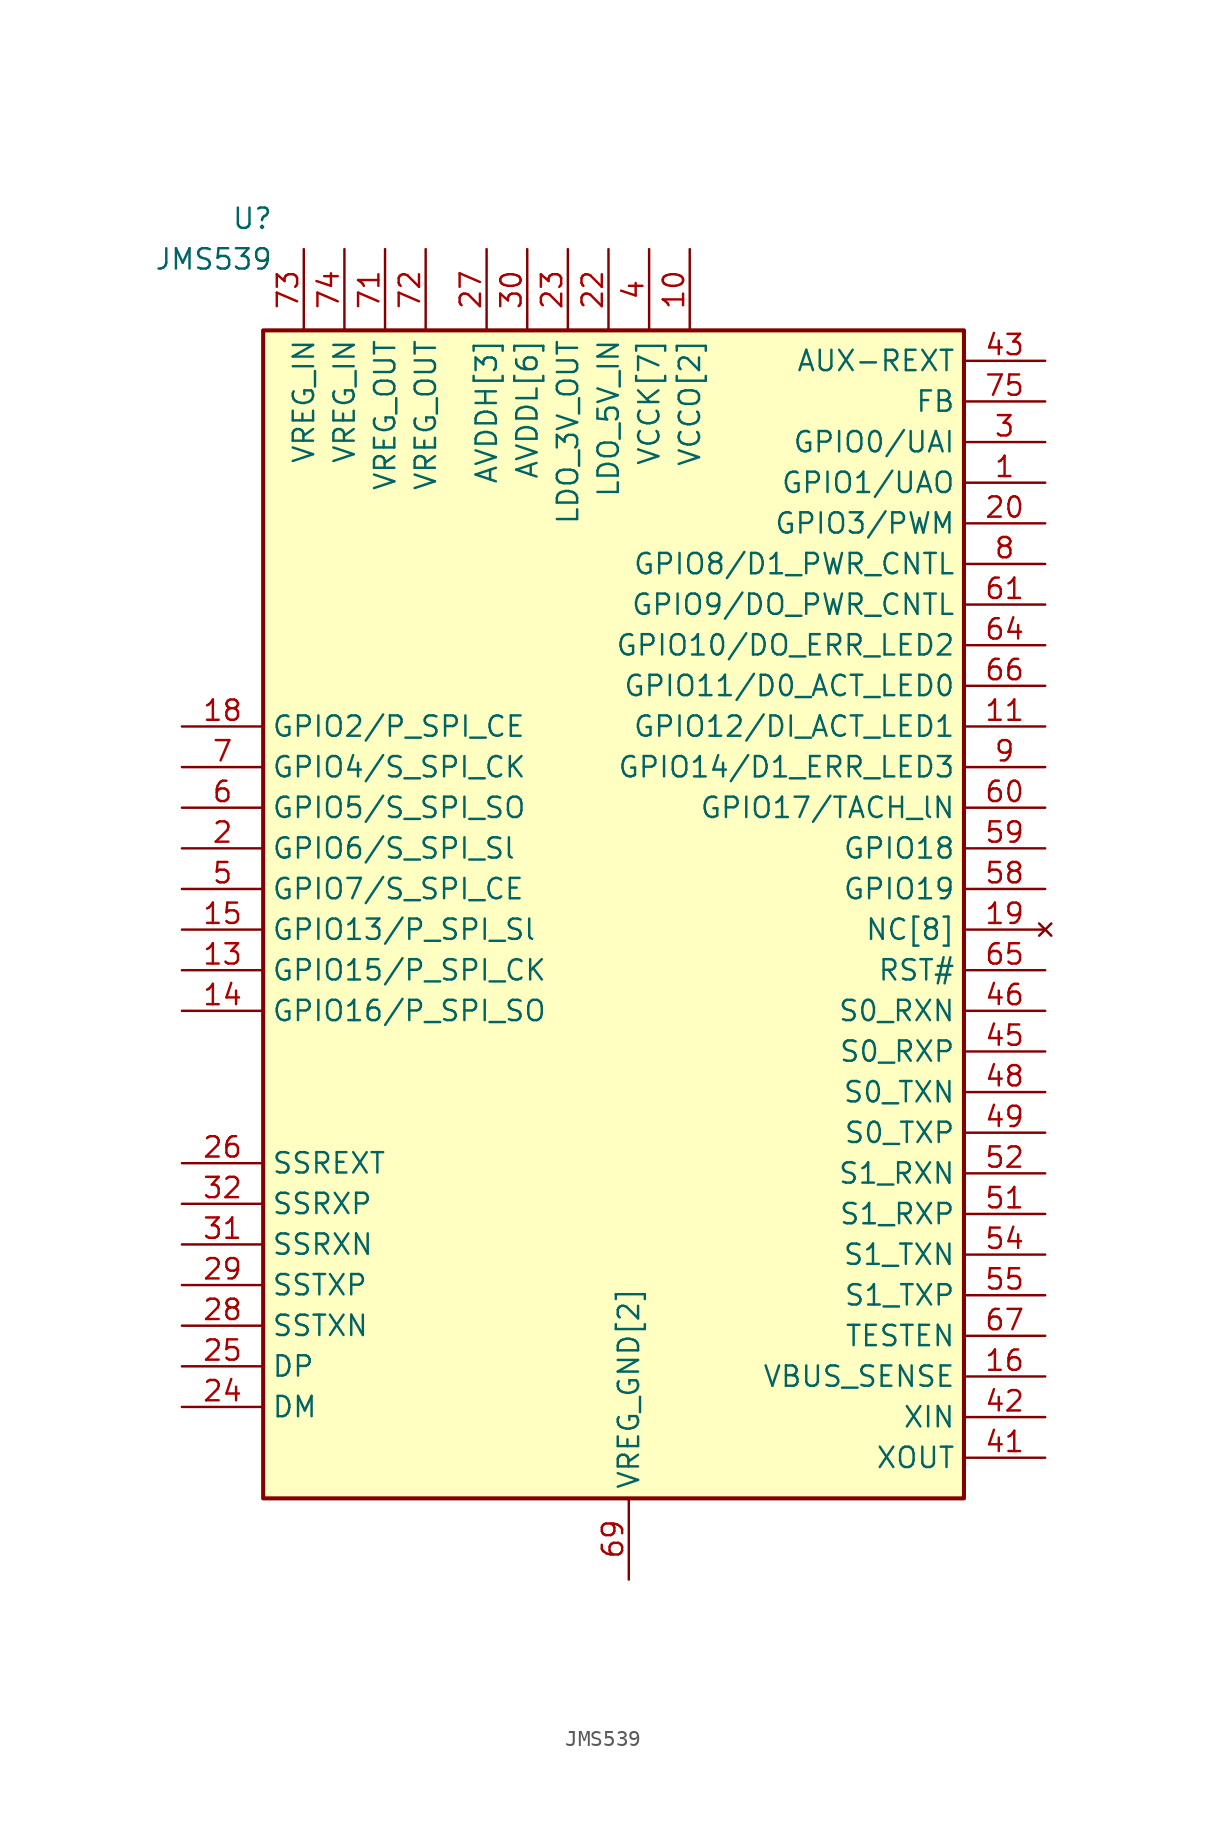
<source format=kicad_sym>
(kicad_symbol_lib
  (version 20211014)
  (generator kicad_symbol_editor)
  (symbol "﻿JMS539"
    (property "Reference" "U"
      (at 3.81 6.35 0)
      (effects (font (size 1.27 1.27)) (justify right)))
    (property "Value" "﻿JMS539"
      (at 3.81 3.81 0)
      (effects (font (size 1.27 1.27)) (justify right)))
    (property "ki_locked" ""
      (at 0 0 0)
      (effects (font (size 1.27 1.27))))
    (symbol "﻿JMS539_1_1"
      (rectangle (start 3.175 -0.635) (end 46.99 -73.66) (stroke (width 0.254) (type default) (color 0 0 0 0)) (fill (type background)))
      (pin bidirectional line (at 52.07 -10.16 180) (length 5.08) (name "GPIO1/UAO" (effects (font (size 1.27 1.27)))) (number "1" (effects (font (size 1.27 1.27)))))
      (pin power_in line (at 29.845 4.445 270) (length 5.08) (name "VCCO[2]" (effects (font (size 1.27 1.27)))) (number "10" (effects (font (size 1.27 1.27)))))
      (pin bidirectional line (at 52.07 -25.4 180) (length 5.08) (name "GPIO12/DI_ACT_LED1" (effects (font (size 1.27 1.27)))) (number "11" (effects (font (size 1.27 1.27)))))
      (pin passive line (at 27.305 4.445 270) (length 5.08) hide (name "VCCK[7]" (effects (font (size 1.27 1.27)))) (number "12" (effects (font (size 1.27 1.27)))))
      (pin bidirectional line (at -1.905 -40.64 0) (length 5.08) (name "GPIO15/P_SPI_CK" (effects (font (size 1.27 1.27)))) (number "13" (effects (font (size 1.27 1.27)))))
      (pin bidirectional line (at -1.905 -43.18 0) (length 5.08) (name "GPIO16/P_SPI_SO" (effects (font (size 1.27 1.27)))) (number "14" (effects (font (size 1.27 1.27)))))
      (pin bidirectional line (at -1.905 -38.1 0) (length 5.08) (name "GPIO13/P_SPI_Sl" (effects (font (size 1.27 1.27)))) (number "15" (effects (font (size 1.27 1.27)))))
      (pin bidirectional line (at 52.07 -66.04 180) (length 5.08) (name "VBUS_SENSE" (effects (font (size 1.27 1.27)))) (number "16" (effects (font (size 1.27 1.27)))))
      (pin passive line (at 27.305 4.445 270) (length 5.08) hide (name "VCCK[7]" (effects (font (size 1.27 1.27)))) (number "17" (effects (font (size 1.27 1.27)))))
      (pin bidirectional line (at -1.905 -25.4 0) (length 5.08) (name "GPIO2/P_SPI_CE" (effects (font (size 1.27 1.27)))) (number "18" (effects (font (size 1.27 1.27)))))
      (pin no_connect line (at 52.07 -38.1 180) (length 5.08) (name "NC[8]" (effects (font (size 1.27 1.27)))) (number "19" (effects (font (size 1.27 1.27)))))
      (pin bidirectional line (at -1.905 -33.02 0) (length 5.08) (name "GPIO6/S_SPI_Sl" (effects (font (size 1.27 1.27)))) (number "2" (effects (font (size 1.27 1.27)))))
      (pin bidirectional line (at 52.07 -12.7 180) (length 5.08) (name "GPIO3/PWM" (effects (font (size 1.27 1.27)))) (number "20" (effects (font (size 1.27 1.27)))))
      (pin passive line (at 27.305 4.445 270) (length 5.08) hide (name "VCCK[7]" (effects (font (size 1.27 1.27)))) (number "21" (effects (font (size 1.27 1.27)))))
      (pin power_in line (at 24.765 4.445 270) (length 5.08) (name "LDO_5V_IN" (effects (font (size 1.27 1.27)))) (number "22" (effects (font (size 1.27 1.27)))))
      (pin power_in line (at 22.225 4.445 270) (length 5.08) (name "LDO_3V_OUT" (effects (font (size 1.27 1.27)))) (number "23" (effects (font (size 1.27 1.27)))))
      (pin bidirectional line (at -1.905 -67.945 0) (length 5.08) (name "DM" (effects (font (size 1.27 1.27)))) (number "24" (effects (font (size 1.27 1.27)))))
      (pin bidirectional line (at -1.905 -65.405 0) (length 5.08) (name "DP" (effects (font (size 1.27 1.27)))) (number "25" (effects (font (size 1.27 1.27)))))
      (pin bidirectional line (at -1.905 -52.705 0) (length 5.08) (name "SSREXT" (effects (font (size 1.27 1.27)))) (number "26" (effects (font (size 1.27 1.27)))))
      (pin power_in line (at 17.145 4.445 270) (length 5.08) (name "AVDDH[3]" (effects (font (size 1.27 1.27)))) (number "27" (effects (font (size 1.27 1.27)))))
      (pin bidirectional line (at -1.905 -62.865 0) (length 5.08) (name "SSTXN" (effects (font (size 1.27 1.27)))) (number "28" (effects (font (size 1.27 1.27)))))
      (pin bidirectional line (at -1.905 -60.325 0) (length 5.08) (name "SSTXP" (effects (font (size 1.27 1.27)))) (number "29" (effects (font (size 1.27 1.27)))))
      (pin bidirectional line (at 52.07 -7.62 180) (length 5.08) (name "GPIO0/UAI" (effects (font (size 1.27 1.27)))) (number "3" (effects (font (size 1.27 1.27)))))
      (pin power_in line (at 19.685 4.445 270) (length 5.08) (name "AVDDL[6]" (effects (font (size 1.27 1.27)))) (number "30" (effects (font (size 1.27 1.27)))))
      (pin bidirectional line (at -1.905 -57.785 0) (length 5.08) (name "SSRXN" (effects (font (size 1.27 1.27)))) (number "31" (effects (font (size 1.27 1.27)))))
      (pin bidirectional line (at -1.905 -55.245 0) (length 5.08) (name "SSRXP" (effects (font (size 1.27 1.27)))) (number "32" (effects (font (size 1.27 1.27)))))
      (pin passive line (at 19.685 4.445 270) (length 5.08) hide (name "AVDDL[6]" (effects (font (size 1.27 1.27)))) (number "33" (effects (font (size 1.27 1.27)))))
      (pin no_connect line (at 52.07 -38.125 180) (length 5.08) hide (name "NC[8]" (effects (font (size 1.27 1.27)))) (number "34" (effects (font (size 1.27 1.27)))))
      (pin no_connect line (at 52.045 -38.125 180) (length 5.08) hide (name "NC[8]" (effects (font (size 1.27 1.27)))) (number "35" (effects (font (size 1.27 1.27)))))
      (pin no_connect line (at 52.019 -38.125 180) (length 5.08) hide (name "NC[8]" (effects (font (size 1.27 1.27)))) (number "36" (effects (font (size 1.27 1.27)))))
      (pin no_connect line (at 51.994 -38.125 180) (length 5.08) hide (name "NC[8]" (effects (font (size 1.27 1.27)))) (number "37" (effects (font (size 1.27 1.27)))))
      (pin no_connect line (at 51.968 -38.125 180) (length 5.08) hide (name "NC[8]" (effects (font (size 1.27 1.27)))) (number "38" (effects (font (size 1.27 1.27)))))
      (pin no_connect line (at 51.943 -38.125 180) (length 5.08) hide (name "NC[8]" (effects (font (size 1.27 1.27)))) (number "39" (effects (font (size 1.27 1.27)))))
      (pin power_in line (at 27.305 4.445 270) (length 5.08) (name "VCCK[7]" (effects (font (size 1.27 1.27)))) (number "4" (effects (font (size 1.27 1.27)))))
      (pin passive line (at 17.145 4.445 270) (length 5.08) hide (name "AVDDH[3]" (effects (font (size 1.27 1.27)))) (number "40" (effects (font (size 1.27 1.27)))))
      (pin bidirectional line (at 52.07 -71.12 180) (length 5.08) (name "XOUT" (effects (font (size 1.27 1.27)))) (number "41" (effects (font (size 1.27 1.27)))))
      (pin bidirectional line (at 52.07 -68.58 180) (length 5.08) (name "XIN" (effects (font (size 1.27 1.27)))) (number "42" (effects (font (size 1.27 1.27)))))
      (pin bidirectional line (at 52.07 -2.54 180) (length 5.08) (name "AUX-REXT" (effects (font (size 1.27 1.27)))) (number "43" (effects (font (size 1.27 1.27)))))
      (pin passive line (at 19.685 4.445 270) (length 5.08) hide (name "AVDDL[6]" (effects (font (size 1.27 1.27)))) (number "44" (effects (font (size 1.27 1.27)))))
      (pin bidirectional line (at 52.07 -45.72 180) (length 5.08) (name "S0_RXP" (effects (font (size 1.27 1.27)))) (number "45" (effects (font (size 1.27 1.27)))))
      (pin bidirectional line (at 52.07 -43.18 180) (length 5.08) (name "S0_RXN" (effects (font (size 1.27 1.27)))) (number "46" (effects (font (size 1.27 1.27)))))
      (pin passive line (at 19.685 4.445 270) (length 5.08) hide (name "AVDDL[6]" (effects (font (size 1.27 1.27)))) (number "47" (effects (font (size 1.27 1.27)))))
      (pin bidirectional line (at 52.07 -48.26 180) (length 5.08) (name "S0_TXN" (effects (font (size 1.27 1.27)))) (number "48" (effects (font (size 1.27 1.27)))))
      (pin bidirectional line (at 52.07 -50.8 180) (length 5.08) (name "S0_TXP" (effects (font (size 1.27 1.27)))) (number "49" (effects (font (size 1.27 1.27)))))
      (pin bidirectional line (at -1.905 -35.56 0) (length 5.08) (name "GPIO7/S_SPI_CE" (effects (font (size 1.27 1.27)))) (number "5" (effects (font (size 1.27 1.27)))))
      (pin passive line (at 17.145 4.445 270) (length 5.08) hide (name "AVDDH[3]" (effects (font (size 1.27 1.27)))) (number "50" (effects (font (size 1.27 1.27)))))
      (pin bidirectional line (at 52.07 -55.88 180) (length 5.08) (name "S1_RXP" (effects (font (size 1.27 1.27)))) (number "51" (effects (font (size 1.27 1.27)))))
      (pin bidirectional line (at 52.07 -53.34 180) (length 5.08) (name "S1_RXN" (effects (font (size 1.27 1.27)))) (number "52" (effects (font (size 1.27 1.27)))))
      (pin passive line (at 19.685 4.445 270) (length 5.08) hide (name "AVDDL[6]" (effects (font (size 1.27 1.27)))) (number "53" (effects (font (size 1.27 1.27)))))
      (pin bidirectional line (at 52.07 -58.42 180) (length 5.08) (name "S1_TXN" (effects (font (size 1.27 1.27)))) (number "54" (effects (font (size 1.27 1.27)))))
      (pin bidirectional line (at 52.07 -60.96 180) (length 5.08) (name "S1_TXP" (effects (font (size 1.27 1.27)))) (number "55" (effects (font (size 1.27 1.27)))))
      (pin passive line (at 19.685 4.445 270) (length 5.08) hide (name "AVDDL[6]" (effects (font (size 1.27 1.27)))) (number "56" (effects (font (size 1.27 1.27)))))
      (pin no_connect line (at 51.918 -38.125 180) (length 5.08) hide (name "NC[8]" (effects (font (size 1.27 1.27)))) (number "57" (effects (font (size 1.27 1.27)))))
      (pin bidirectional line (at 52.07 -35.56 180) (length 5.08) (name "GPIO19" (effects (font (size 1.27 1.27)))) (number "58" (effects (font (size 1.27 1.27)))))
      (pin bidirectional line (at 52.07 -33.02 180) (length 5.08) (name "GPIO18" (effects (font (size 1.27 1.27)))) (number "59" (effects (font (size 1.27 1.27)))))
      (pin bidirectional line (at -1.905 -30.48 0) (length 5.08) (name "GPIO5/S_SPI_SO" (effects (font (size 1.27 1.27)))) (number "6" (effects (font (size 1.27 1.27)))))
      (pin bidirectional line (at 52.07 -30.48 180) (length 5.08) (name "GPIO17/TACH_lN" (effects (font (size 1.27 1.27)))) (number "60" (effects (font (size 1.27 1.27)))))
      (pin bidirectional line (at 52.07 -17.78 180) (length 5.08) (name "GPIO9/DO_PWR_CNTL" (effects (font (size 1.27 1.27)))) (number "61" (effects (font (size 1.27 1.27)))))
      (pin passive line (at 27.305 4.445 270) (length 5.08) hide (name "VCCK[7]" (effects (font (size 1.27 1.27)))) (number "62" (effects (font (size 1.27 1.27)))))
      (pin passive line (at 29.845 4.445 270) (length 5.08) hide (name "VCCO[2]" (effects (font (size 1.27 1.27)))) (number "63" (effects (font (size 1.27 1.27)))))
      (pin bidirectional line (at 52.07 -20.32 180) (length 5.08) (name "GPIO10/DO_ERR_LED2" (effects (font (size 1.27 1.27)))) (number "64" (effects (font (size 1.27 1.27)))))
      (pin bidirectional line (at 52.07 -40.64 180) (length 5.08) (name "RST#" (effects (font (size 1.27 1.27)))) (number "65" (effects (font (size 1.27 1.27)))))
      (pin bidirectional line (at 52.07 -22.86 180) (length 5.08) (name "GPIO11/D0_ACT_LED0" (effects (font (size 1.27 1.27)))) (number "66" (effects (font (size 1.27 1.27)))))
      (pin bidirectional line (at 52.07 -63.5 180) (length 5.08) (name "TESTEN" (effects (font (size 1.27 1.27)))) (number "67" (effects (font (size 1.27 1.27)))))
      (pin passive line (at 27.305 4.445 270) (length 5.08) hide (name "VCCK[7]" (effects (font (size 1.27 1.27)))) (number "68" (effects (font (size 1.27 1.27)))))
      (pin power_in line (at 26.035 -78.74 90) (length 5.08) (name "VREG_GND[2]" (effects (font (size 1.27 1.27)))) (number "69" (effects (font (size 1.27 1.27)))))
      (pin bidirectional line (at -1.905 -27.94 0) (length 5.08) (name "GPIO4/S_SPI_CK" (effects (font (size 1.27 1.27)))) (number "7" (effects (font (size 1.27 1.27)))))
      (pin passive line (at 26.035 -78.74 90) (length 5.08) hide (name "VREG_GND[2]" (effects (font (size 1.27 1.27)))) (number "70" (effects (font (size 1.27 1.27)))))
      (pin bidirectional line (at 10.795 4.445 270) (length 5.08) (name "VREG_OUT" (effects (font (size 1.27 1.27)))) (number "71" (effects (font (size 1.27 1.27)))))
      (pin bidirectional line (at 13.335 4.445 270) (length 5.08) (name "VREG_OUT" (effects (font (size 1.27 1.27)))) (number "72" (effects (font (size 1.27 1.27)))))
      (pin bidirectional line (at 5.715 4.445 270) (length 5.08) (name "VREG_IN" (effects (font (size 1.27 1.27)))) (number "73" (effects (font (size 1.27 1.27)))))
      (pin bidirectional line (at 8.255 4.445 270) (length 5.08) (name "VREG_IN" (effects (font (size 1.27 1.27)))) (number "74" (effects (font (size 1.27 1.27)))))
      (pin bidirectional line (at 52.07 -5.08 180) (length 5.08) (name "FB" (effects (font (size 1.27 1.27)))) (number "75" (effects (font (size 1.27 1.27)))))
      (pin passive line (at 27.305 4.445 270) (length 5.08) hide (name "VCCK[7]" (effects (font (size 1.27 1.27)))) (number "76" (effects (font (size 1.27 1.27)))))
      (pin bidirectional line (at 52.07 -15.24 180) (length 5.08) (name "GPIO8/D1_PWR_CNTL" (effects (font (size 1.27 1.27)))) (number "8" (effects (font (size 1.27 1.27)))))
      (pin bidirectional line (at 52.07 -27.94 180) (length 5.08) (name "GPIO14/D1_ERR_LED3" (effects (font (size 1.27 1.27)))) (number "9" (effects (font (size 1.27 1.27))))))))
</source>
